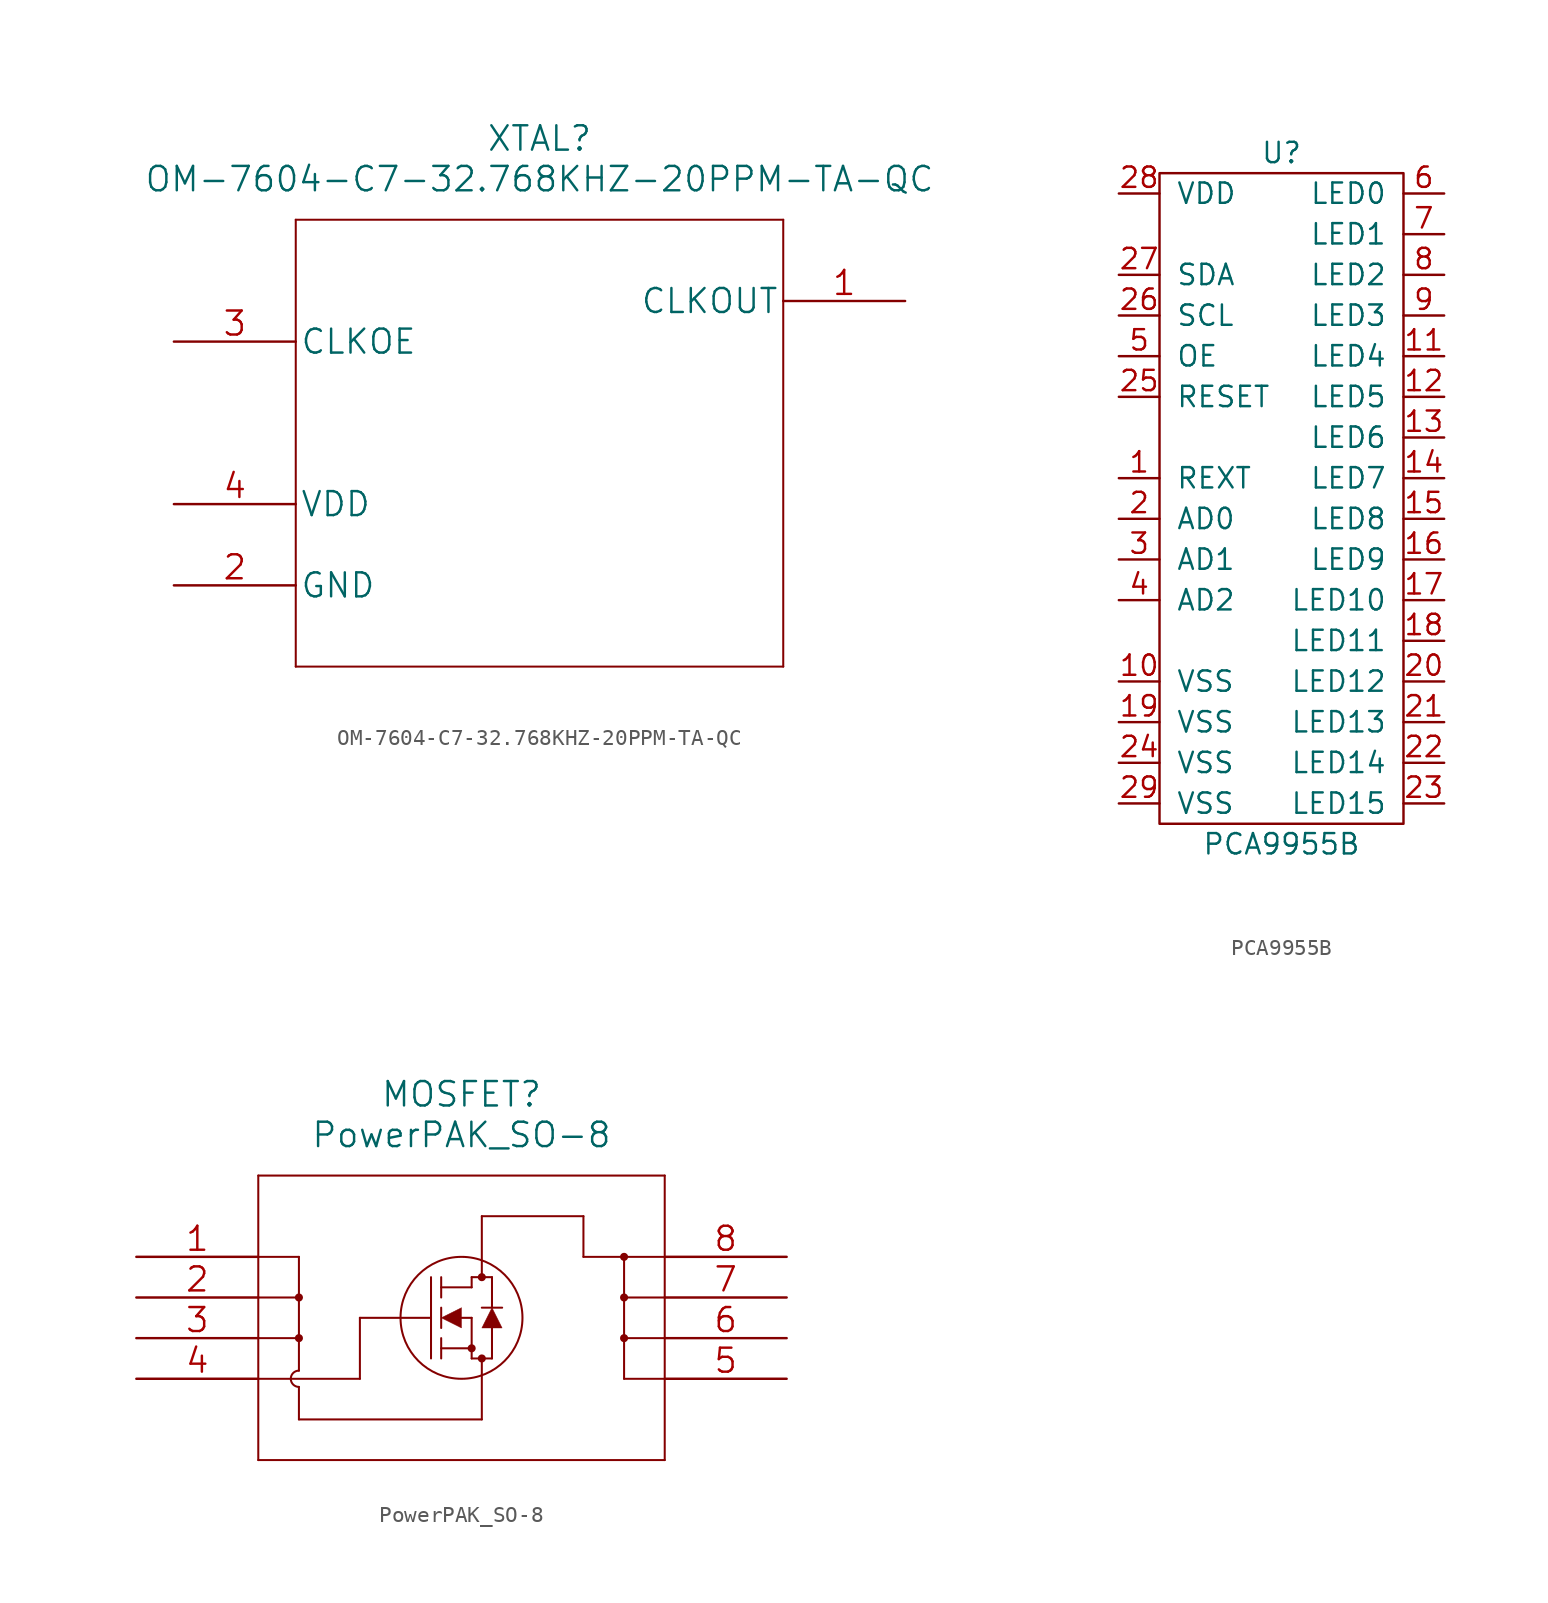
<source format=kicad_sym>
(kicad_symbol_lib
  (version 20211014)
  (generator kicad_symbol_editor)
  (symbol "OM-7604-C7-32.768KHZ-20PPM-TA-QC"
    (pin_names
      (offset 0.254))
    (property "Reference" "XTAL"
      (at 22.86 12.7 0)
      (effects (font (size 1.524 1.524))))
    (property "Value" "OM-7604-C7-32.768KHZ-20PPM-TA-QC"
      (at 22.86 10.16 0)
      (effects (font (size 1.524 1.524))))
    (property "Datasheet" ""
      (at 0 0 0)
      (effects (font (size 1.524 1.524))))
    (property "ki_locked" ""
      (at 0 0 0)
      (effects (font (size 1.27 1.27))))
    (symbol "OM-7604-C7-32.768KHZ-20PPM-TA-QC_1_1"
      (polyline (pts (xy 7.62 -20.32) (xy 38.1 -20.32)) (stroke (width 0.127) (type default) (color 0 0 0 0)) (fill (type none)))
      (polyline (pts (xy 7.62 7.62) (xy 7.62 -20.32)) (stroke (width 0.127) (type default) (color 0 0 0 0)) (fill (type none)))
      (polyline (pts (xy 38.1 -20.32) (xy 38.1 7.62)) (stroke (width 0.127) (type default) (color 0 0 0 0)) (fill (type none)))
      (polyline (pts (xy 38.1 7.62) (xy 7.62 7.62)) (stroke (width 0.127) (type default) (color 0 0 0 0)) (fill (type none)))
      (pin output line (at 45.72 2.54 180) (length 7.62) (name "CLKOUT" (effects (font (size 1.499 1.499)))) (number "1" (effects (font (size 1.499 1.499)))))
      (pin power_in line (at 0 -15.24 0) (length 7.62) (name "GND" (effects (font (size 1.499 1.499)))) (number "2" (effects (font (size 1.499 1.499)))))
      (pin input line (at 0 0 0) (length 7.62) (name "CLKOE" (effects (font (size 1.499 1.499)))) (number "3" (effects (font (size 1.499 1.499)))))
      (pin power_in line (at 0 -10.16 0) (length 7.62) (name "VDD" (effects (font (size 1.499 1.499)))) (number "4" (effects (font (size 1.499 1.499)))))))
  (symbol "PCA9955B"
    (pin_names
      (offset 1.016))
    (property "Reference" "U"
      (at 7.62 2.54 0)
      (effects (font (size 1.27 1.27))))
    (property "Value" "PCA9955B"
      (at 7.62 -40.64 0)
      (effects (font (size 1.27 1.27))))
    (symbol "PCA9955B_0_1"
      (rectangle (start 0 1.27) (end 15.24 -39.37) (stroke (width 0) (type default) (color 0 0 0 0)) (fill (type none))))
    (symbol "PCA9955B_1_1"
      (pin input line (at -2.54 -17.78 0) (length 2.54) (name "REXT" (effects (font (size 1.27 1.27)))) (number "1" (effects (font (size 1.27 1.27)))))
      (pin input line (at -2.54 -30.48 0) (length 2.54) (name "VSS" (effects (font (size 1.27 1.27)))) (number "10" (effects (font (size 1.27 1.27)))))
      (pin input line (at 17.78 -10.16 180) (length 2.54) (name "LED4" (effects (font (size 1.27 1.27)))) (number "11" (effects (font (size 1.27 1.27)))))
      (pin input line (at 17.78 -12.7 180) (length 2.54) (name "LED5" (effects (font (size 1.27 1.27)))) (number "12" (effects (font (size 1.27 1.27)))))
      (pin input line (at 17.78 -15.24 180) (length 2.54) (name "LED6" (effects (font (size 1.27 1.27)))) (number "13" (effects (font (size 1.27 1.27)))))
      (pin input line (at 17.78 -17.78 180) (length 2.54) (name "LED7" (effects (font (size 1.27 1.27)))) (number "14" (effects (font (size 1.27 1.27)))))
      (pin input line (at 17.78 -20.32 180) (length 2.54) (name "LED8" (effects (font (size 1.27 1.27)))) (number "15" (effects (font (size 1.27 1.27)))))
      (pin input line (at 17.78 -22.86 180) (length 2.54) (name "LED9" (effects (font (size 1.27 1.27)))) (number "16" (effects (font (size 1.27 1.27)))))
      (pin input line (at 17.78 -25.4 180) (length 2.54) (name "LED10" (effects (font (size 1.27 1.27)))) (number "17" (effects (font (size 1.27 1.27)))))
      (pin input line (at 17.78 -27.94 180) (length 2.54) (name "LED11" (effects (font (size 1.27 1.27)))) (number "18" (effects (font (size 1.27 1.27)))))
      (pin input line (at -2.54 -33.02 0) (length 2.54) (name "VSS" (effects (font (size 1.27 1.27)))) (number "19" (effects (font (size 1.27 1.27)))))
      (pin input line (at -2.54 -20.32 0) (length 2.54) (name "AD0" (effects (font (size 1.27 1.27)))) (number "2" (effects (font (size 1.27 1.27)))))
      (pin input line (at 17.78 -30.48 180) (length 2.54) (name "LED12" (effects (font (size 1.27 1.27)))) (number "20" (effects (font (size 1.27 1.27)))))
      (pin input line (at 17.78 -33.02 180) (length 2.54) (name "LED13" (effects (font (size 1.27 1.27)))) (number "21" (effects (font (size 1.27 1.27)))))
      (pin input line (at 17.78 -35.56 180) (length 2.54) (name "LED14" (effects (font (size 1.27 1.27)))) (number "22" (effects (font (size 1.27 1.27)))))
      (pin input line (at 17.78 -38.1 180) (length 2.54) (name "LED15" (effects (font (size 1.27 1.27)))) (number "23" (effects (font (size 1.27 1.27)))))
      (pin input line (at -2.54 -35.56 0) (length 2.54) (name "VSS" (effects (font (size 1.27 1.27)))) (number "24" (effects (font (size 1.27 1.27)))))
      (pin input line (at -2.54 -12.7 0) (length 2.54) (name "RESET" (effects (font (size 1.27 1.27)))) (number "25" (effects (font (size 1.27 1.27)))))
      (pin input line (at -2.54 -7.62 0) (length 2.54) (name "SCL" (effects (font (size 1.27 1.27)))) (number "26" (effects (font (size 1.27 1.27)))))
      (pin input line (at -2.54 -5.08 0) (length 2.54) (name "SDA" (effects (font (size 1.27 1.27)))) (number "27" (effects (font (size 1.27 1.27)))))
      (pin input line (at -2.54 0 0) (length 2.54) (name "VDD" (effects (font (size 1.27 1.27)))) (number "28" (effects (font (size 1.27 1.27)))))
      (pin input line (at -2.54 -38.1 0) (length 2.54) (name "VSS" (effects (font (size 1.27 1.27)))) (number "29" (effects (font (size 1.27 1.27)))))
      (pin input line (at -2.54 -22.86 0) (length 2.54) (name "AD1" (effects (font (size 1.27 1.27)))) (number "3" (effects (font (size 1.27 1.27)))))
      (pin input line (at -2.54 -25.4 0) (length 2.54) (name "AD2" (effects (font (size 1.27 1.27)))) (number "4" (effects (font (size 1.27 1.27)))))
      (pin input line (at -2.54 -10.16 0) (length 2.54) (name "OE" (effects (font (size 1.27 1.27)))) (number "5" (effects (font (size 1.27 1.27)))))
      (pin input line (at 17.78 0 180) (length 2.54) (name "LED0" (effects (font (size 1.27 1.27)))) (number "6" (effects (font (size 1.27 1.27)))))
      (pin input line (at 17.78 -2.54 180) (length 2.54) (name "LED1" (effects (font (size 1.27 1.27)))) (number "7" (effects (font (size 1.27 1.27)))))
      (pin input line (at 17.78 -5.08 180) (length 2.54) (name "LED2" (effects (font (size 1.27 1.27)))) (number "8" (effects (font (size 1.27 1.27)))))
      (pin input line (at 17.78 -7.62 180) (length 2.54) (name "LED3" (effects (font (size 1.27 1.27)))) (number "9" (effects (font (size 1.27 1.27)))))))
  (symbol "PowerPAK_SO-8"
    (pin_names
      (offset 0.254) hide)
    (property "Reference" "MOSFET"
      (at 20.32 10.16 0)
      (effects (font (size 1.524 1.524))))
    (property "Value" "PowerPAK_SO-8"
      (at 20.32 7.62 0)
      (effects (font (size 1.524 1.524))))
    (property "Datasheet" ""
      (at 0 0 0)
      (effects (font (size 1.524 1.524))))
    (property "ki_locked" ""
      (at 0 0 0)
      (effects (font (size 1.27 1.27))))
    (symbol "PowerPAK_SO-8_1_1"
      (polyline (pts (xy 7.62 -12.7) (xy 33.02 -12.7)) (stroke (width 0.127) (type default) (color 0 0 0 0)) (fill (type none)))
      (polyline (pts (xy 7.62 -7.62) (xy 13.97 -7.62)) (stroke (width 0.127) (type default) (color 0 0 0 0)) (fill (type none)))
      (polyline (pts (xy 7.62 -5.08) (xy 10.16 -5.08)) (stroke (width 0.127) (type default) (color 0 0 0 0)) (fill (type none)))
      (polyline (pts (xy 7.62 -2.54) (xy 10.16 -2.54)) (stroke (width 0.127) (type default) (color 0 0 0 0)) (fill (type none)))
      (polyline (pts (xy 7.62 0) (xy 10.16 0)) (stroke (width 0.127) (type default) (color 0 0 0 0)) (fill (type none)))
      (polyline (pts (xy 7.62 5.08) (xy 7.62 -12.7)) (stroke (width 0.127) (type default) (color 0 0 0 0)) (fill (type none)))
      (polyline (pts (xy 10.16 -10.16) (xy 21.59 -10.16)) (stroke (width 0.127) (type default) (color 0 0 0 0)) (fill (type none)))
      (polyline (pts (xy 10.16 -8.128) (xy 10.16 -10.16)) (stroke (width 0.127) (type default) (color 0 0 0 0)) (fill (type none)))
      (polyline (pts (xy 10.16 0) (xy 10.16 -7.112)) (stroke (width 0.127) (type default) (color 0 0 0 0)) (fill (type none)))
      (polyline (pts (xy 13.97 -7.62) (xy 13.97 -3.81)) (stroke (width 0.127) (type default) (color 0 0 0 0)) (fill (type none)))
      (polyline (pts (xy 13.97 -3.81) (xy 18.415 -3.81)) (stroke (width 0.127) (type default) (color 0 0 0 0)) (fill (type none)))
      (polyline (pts (xy 18.415 -6.35) (xy 18.415 -1.27)) (stroke (width 0.127) (type default) (color 0 0 0 0)) (fill (type none)))
      (polyline (pts (xy 19.05 -6.35) (xy 19.05 -5.08)) (stroke (width 0.127) (type default) (color 0 0 0 0)) (fill (type none)))
      (polyline (pts (xy 19.05 -5.715) (xy 20.955 -5.715)) (stroke (width 0.127) (type default) (color 0 0 0 0)) (fill (type none)))
      (polyline (pts (xy 19.05 -4.445) (xy 19.05 -3.175)) (stroke (width 0.127) (type default) (color 0 0 0 0)) (fill (type none)))
      (polyline (pts (xy 19.05 -2.54) (xy 19.05 -1.27)) (stroke (width 0.127) (type default) (color 0 0 0 0)) (fill (type none)))
      (polyline (pts (xy 19.05 -1.905) (xy 20.955 -1.905)) (stroke (width 0.127) (type default) (color 0 0 0 0)) (fill (type none)))
      (polyline (pts (xy 20.32 -3.81) (xy 20.955 -3.81)) (stroke (width 0.127) (type default) (color 0 0 0 0)) (fill (type none)))
      (polyline (pts (xy 20.955 -6.35) (xy 20.955 -3.81)) (stroke (width 0.127) (type default) (color 0 0 0 0)) (fill (type none)))
      (polyline (pts (xy 20.955 -6.35) (xy 22.225 -6.35)) (stroke (width 0.127) (type default) (color 0 0 0 0)) (fill (type none)))
      (polyline (pts (xy 20.955 -1.905) (xy 20.955 -1.27)) (stroke (width 0.127) (type default) (color 0 0 0 0)) (fill (type none)))
      (polyline (pts (xy 20.955 -1.27) (xy 22.225 -1.27)) (stroke (width 0.127) (type default) (color 0 0 0 0)) (fill (type none)))
      (polyline (pts (xy 21.59 -10.16) (xy 21.59 -6.35)) (stroke (width 0.127) (type default) (color 0 0 0 0)) (fill (type none)))
      (polyline (pts (xy 21.59 2.54) (xy 21.59 -1.27)) (stroke (width 0.127) (type default) (color 0 0 0 0)) (fill (type none)))
      (polyline (pts (xy 22.225 -6.35) (xy 22.225 -4.445)) (stroke (width 0.127) (type default) (color 0 0 0 0)) (fill (type none)))
      (polyline (pts (xy 22.225 -3.175) (xy 22.225 -1.27)) (stroke (width 0.127) (type default) (color 0 0 0 0)) (fill (type none)))
      (polyline (pts (xy 22.86 -3.175) (xy 21.59 -3.175)) (stroke (width 0.127) (type default) (color 0 0 0 0)) (fill (type none)))
      (polyline (pts (xy 27.94 0) (xy 27.94 2.54)) (stroke (width 0.127) (type default) (color 0 0 0 0)) (fill (type none)))
      (polyline (pts (xy 27.94 2.54) (xy 21.59 2.54)) (stroke (width 0.127) (type default) (color 0 0 0 0)) (fill (type none)))
      (polyline (pts (xy 30.48 -7.62) (xy 30.48 0)) (stroke (width 0.127) (type default) (color 0 0 0 0)) (fill (type none)))
      (polyline (pts (xy 33.02 -12.7) (xy 33.02 5.08)) (stroke (width 0.127) (type default) (color 0 0 0 0)) (fill (type none)))
      (polyline (pts (xy 33.02 -7.62) (xy 30.48 -7.62)) (stroke (width 0.127) (type default) (color 0 0 0 0)) (fill (type none)))
      (polyline (pts (xy 33.02 -5.08) (xy 30.48 -5.08)) (stroke (width 0.127) (type default) (color 0 0 0 0)) (fill (type none)))
      (polyline (pts (xy 33.02 -2.54) (xy 30.48 -2.54)) (stroke (width 0.127) (type default) (color 0 0 0 0)) (fill (type none)))
      (polyline (pts (xy 33.02 0) (xy 27.94 0)) (stroke (width 0.127) (type default) (color 0 0 0 0)) (fill (type none)))
      (polyline (pts (xy 33.02 5.08) (xy 7.62 5.08)) (stroke (width 0.127) (type default) (color 0 0 0 0)) (fill (type none)))
      (polyline (pts (xy 20.32 -3.175) (xy 19.05 -3.81) (xy 20.32 -4.445) (xy 20.32 -3.175)) (stroke (width 0.025) (type default) (color 0 0 0 0)) (fill (type outline)))
      (polyline (pts (xy 22.86 -4.445) (xy 21.59 -4.445) (xy 22.225 -3.175) (xy 22.86 -4.445)) (stroke (width 0.025) (type default) (color 0 0 0 0)) (fill (type outline)))
      (arc (start 10.16 -7.112) (mid 9.652 -7.62) (end 10.16 -8.128) (stroke (width 0.127) (type default) (color 0 0 0 0)) (fill (type none)))
      (circle (center 10.16 -5.08) (radius 0.127) (stroke (width 0.254) (type default) (color 0 0 0 0)) (fill (type none)))
      (circle (center 10.16 -2.54) (radius 0.127) (stroke (width 0.254) (type default) (color 0 0 0 0)) (fill (type none)))
      (circle (center 20.32 -3.81) (radius 3.81) (stroke (width 0.127) (type default) (color 0 0 0 0)) (fill (type none)))
      (circle (center 20.955 -5.715) (radius 0.127) (stroke (width 0.254) (type default) (color 0 0 0 0)) (fill (type none)))
      (circle (center 21.59 -6.35) (radius 0.127) (stroke (width 0.254) (type default) (color 0 0 0 0)) (fill (type none)))
      (circle (center 21.59 -1.27) (radius 0.127) (stroke (width 0.254) (type default) (color 0 0 0 0)) (fill (type none)))
      (circle (center 30.48 -5.08) (radius 0.127) (stroke (width 0.254) (type default) (color 0 0 0 0)) (fill (type none)))
      (circle (center 30.48 -2.54) (radius 0.127) (stroke (width 0.254) (type default) (color 0 0 0 0)) (fill (type none)))
      (circle (center 30.48 0) (radius 0.127) (stroke (width 0.254) (type default) (color 0 0 0 0)) (fill (type none)))
      (pin unspecified line (at 0 0 0) (length 7.62) (name "1" (effects (font (size 1.499 1.499)))) (number "1" (effects (font (size 1.499 1.499)))))
      (pin unspecified line (at 0 -2.54 0) (length 7.62) (name "2" (effects (font (size 1.499 1.499)))) (number "2" (effects (font (size 1.499 1.499)))))
      (pin unspecified line (at 0 -5.08 0) (length 7.62) (name "3" (effects (font (size 1.499 1.499)))) (number "3" (effects (font (size 1.499 1.499)))))
      (pin unspecified line (at 0 -7.62 0) (length 7.62) (name "4" (effects (font (size 1.499 1.499)))) (number "4" (effects (font (size 1.499 1.499)))))
      (pin unspecified line (at 40.64 -7.62 180) (length 7.62) (name "5" (effects (font (size 1.499 1.499)))) (number "5" (effects (font (size 1.499 1.499)))))
      (pin unspecified line (at 40.64 -5.08 180) (length 7.62) (name "6" (effects (font (size 1.499 1.499)))) (number "6" (effects (font (size 1.499 1.499)))))
      (pin unspecified line (at 40.64 -2.54 180) (length 7.62) (name "7" (effects (font (size 1.499 1.499)))) (number "7" (effects (font (size 1.499 1.499)))))
      (pin unspecified line (at 40.64 0 180) (length 7.62) (name "8" (effects (font (size 1.499 1.499)))) (number "8" (effects (font (size 1.499 1.499))))))))
</source>
